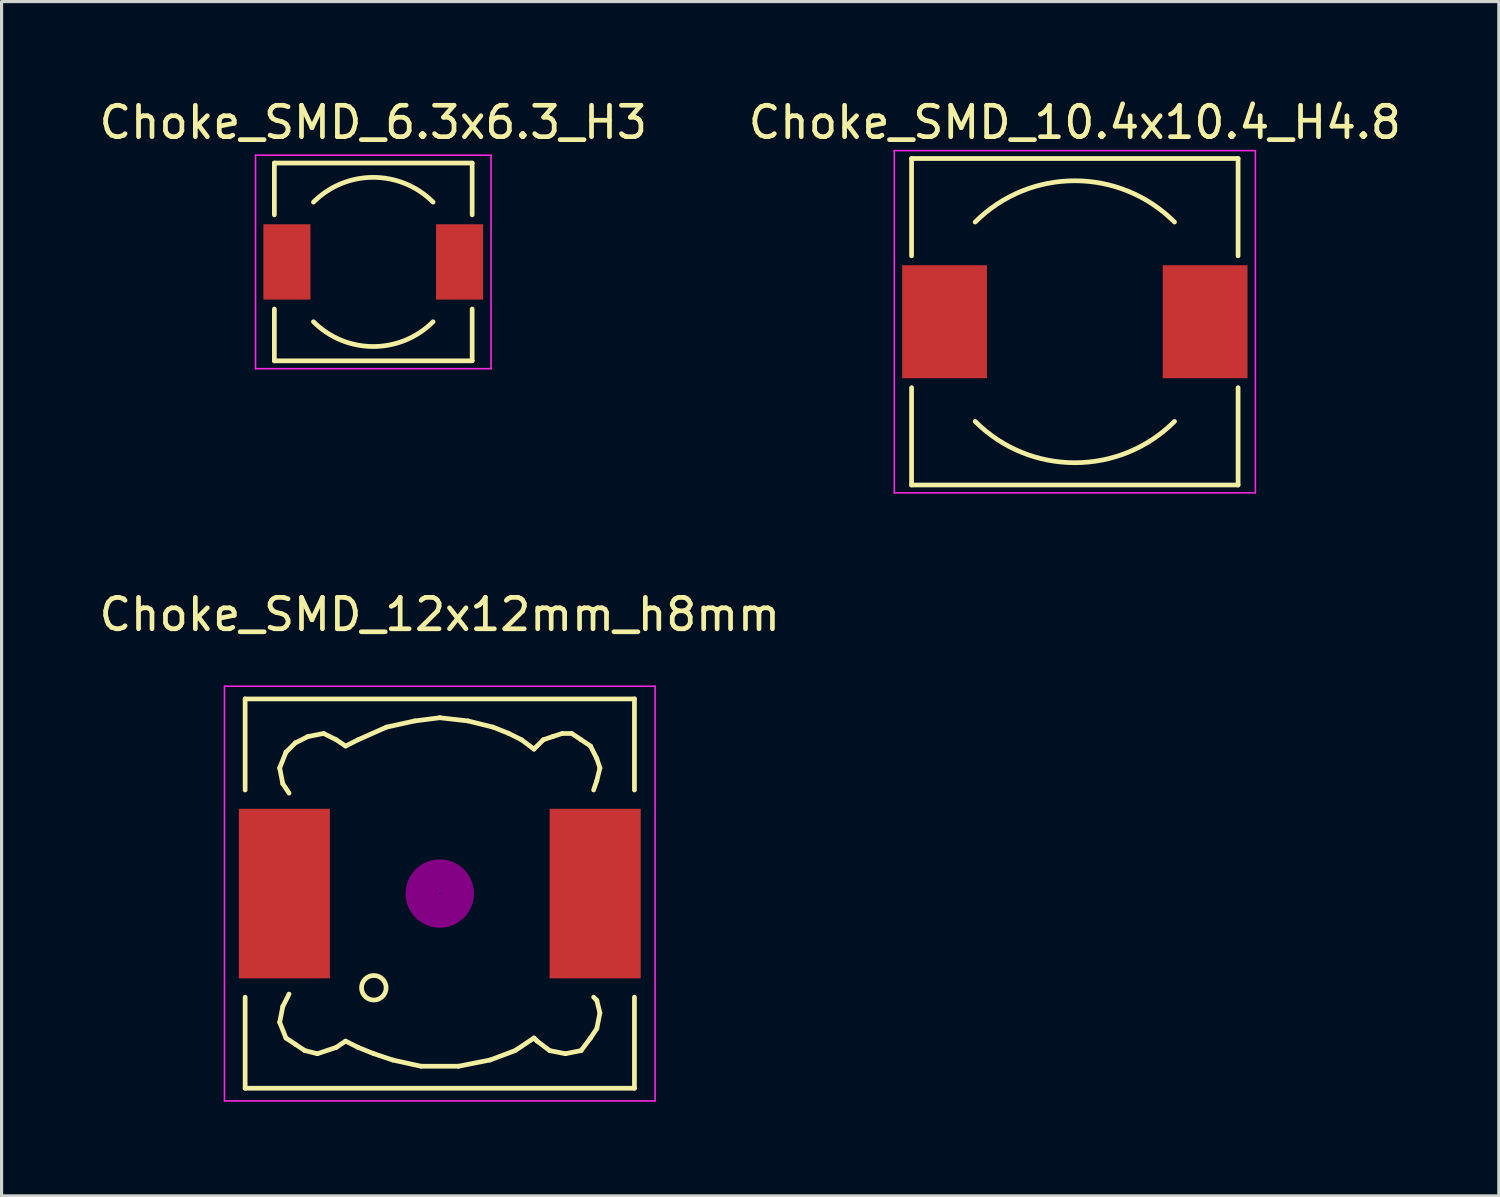
<source format=kicad_pcb>
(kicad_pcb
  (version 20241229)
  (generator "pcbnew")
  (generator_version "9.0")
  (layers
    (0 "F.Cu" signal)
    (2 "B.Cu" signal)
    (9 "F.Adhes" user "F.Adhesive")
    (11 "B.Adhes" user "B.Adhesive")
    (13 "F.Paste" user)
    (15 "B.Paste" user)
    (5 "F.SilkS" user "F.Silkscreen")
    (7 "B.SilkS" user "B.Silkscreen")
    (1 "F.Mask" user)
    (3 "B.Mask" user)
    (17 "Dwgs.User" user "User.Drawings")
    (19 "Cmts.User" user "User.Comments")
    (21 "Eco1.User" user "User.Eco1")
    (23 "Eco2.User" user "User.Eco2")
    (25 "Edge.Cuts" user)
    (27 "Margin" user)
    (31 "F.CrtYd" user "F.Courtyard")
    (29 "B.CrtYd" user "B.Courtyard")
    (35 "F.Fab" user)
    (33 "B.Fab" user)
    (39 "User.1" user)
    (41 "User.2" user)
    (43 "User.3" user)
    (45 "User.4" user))
  (footprint "Choke_SMD_6.3x6.3_H3"
    (layer "F.Cu")
    (at 8.839 5.293)
    (property "Reference" "Choke_SMD_6.3x6.3_H3" (at 0 -4.445 0) (layer "F.SilkS") (effects (font (size 1 1) (thickness 0.15))))
    (attr smd)
    (fp_line (start -3.15 -3.15) (end -3.15 -1.5) (stroke (width 0.15) (type solid)) (layer "F.SilkS"))
    (fp_line (start -3.15 -3.15) (end 3.15 -3.15) (stroke (width 0.15) (type solid)) (layer "F.SilkS"))
    (fp_line (start -3.15 3.15) (end -3.15 1.5) (stroke (width 0.15) (type solid)) (layer "F.SilkS"))
    (fp_line (start -3.15 3.15) (end 3.15 3.15) (stroke (width 0.15) (type solid)) (layer "F.SilkS"))
    (fp_line (start 3.15 -3.15) (end 3.15 -1.5) (stroke (width 0.15) (type solid)) (layer "F.SilkS"))
    (fp_line (start 3.15 3.15) (end 3.15 1.5) (stroke (width 0.15) (type solid)) (layer "F.SilkS"))
    (fp_arc (start -1.905 -1.905) (mid 0 -2.694077) (end 1.905 -1.905) (stroke (width 0.15) (type solid)) (layer "F.SilkS"))
    (fp_arc (start 1.905 1.905) (mid 0 2.694077) (end -1.905 1.905) (stroke (width 0.15) (type solid)) (layer "F.SilkS"))
    (fp_line (start -3.75 -3.4) (end -3.75 3.4) (stroke (width 0.05) (type solid)) (layer "F.CrtYd"))
    (fp_line (start -3.75 3.4) (end 3.75 3.4) (stroke (width 0.05) (type solid)) (layer "F.CrtYd"))
    (fp_line (start 3.75 -3.4) (end -3.75 -3.4) (stroke (width 0.05) (type solid)) (layer "F.CrtYd"))
    (fp_line (start 3.75 3.4) (end 3.75 -3.4) (stroke (width 0.05) (type solid)) (layer "F.CrtYd"))
    (pad "1" smd rect (at -2.75 0) (size 1.5 2.4) (layers "F.Cu" "F.Mask" "F.Paste"))
    (pad "2" smd rect (at 2.75 0) (size 1.5 2.4) (layers "F.Cu" "F.Mask" "F.Paste")))
  (footprint "Choke_SMD_10.4x10.4_H4.8"
    (layer "F.Cu")
    (at 31.185 7.198)
    (property "Reference" "Choke_SMD_10.4x10.4_H4.8" (at 0 -6.35 0) (layer "F.SilkS") (effects (font (size 1 1) (thickness 0.15))))
    (attr smd)
    (fp_line (start -5.2 -5.2) (end -5.2 -2.1) (stroke (width 0.15) (type solid)) (layer "F.SilkS"))
    (fp_line (start -5.2 -5.2) (end 5.2 -5.2) (stroke (width 0.15) (type solid)) (layer "F.SilkS"))
    (fp_line (start -5.2 5.2) (end -5.2 2.1) (stroke (width 0.15) (type solid)) (layer "F.SilkS"))
    (fp_line (start -5.2 5.2) (end 5.2 5.2) (stroke (width 0.15) (type solid)) (layer "F.SilkS"))
    (fp_line (start 5.2 -5.2) (end 5.2 -2.1) (stroke (width 0.15) (type solid)) (layer "F.SilkS"))
    (fp_line (start 5.2 5.2) (end 5.2 2.1) (stroke (width 0.15) (type solid)) (layer "F.SilkS"))
    (fp_arc (start -3.175 -3.175) (mid 0 -4.490128) (end 3.175 -3.175) (stroke (width 0.15) (type solid)) (layer "F.SilkS"))
    (fp_arc (start 3.175 3.175) (mid 0 4.490128) (end -3.175 3.175) (stroke (width 0.15) (type solid)) (layer "F.SilkS"))
    (fp_line (start -5.75 -5.45) (end -5.75 5.45) (stroke (width 0.05) (type solid)) (layer "F.CrtYd"))
    (fp_line (start -5.75 5.45) (end 5.75 5.45) (stroke (width 0.05) (type solid)) (layer "F.CrtYd"))
    (fp_line (start 5.75 -5.45) (end -5.75 -5.45) (stroke (width 0.05) (type solid)) (layer "F.CrtYd"))
    (fp_line (start 5.75 5.45) (end 5.75 -5.45) (stroke (width 0.05) (type solid)) (layer "F.CrtYd"))
    (pad "1" smd rect (at -4.15 0) (size 2.7 3.6) (layers "F.Cu" "F.Mask" "F.Paste"))
    (pad "2" smd rect (at 4.15 0) (size 2.7 3.6) (layers "F.Cu" "F.Mask" "F.Paste")))
  (footprint "Choke_SMD_12x12mm_h8mm"
    (layer "F.Cu")
    (at 10.958 25.412)
    (property "Reference" "Choke_SMD_12x12mm_h8mm" (at 0 -8.89 0) (layer "F.SilkS") (effects (font (size 1 1) (thickness 0.15))))
    (attr smd)
    (fp_line (start -6.2 -6.2) (end -6.2 -3.299) (stroke (width 0.15) (type solid)) (layer "F.SilkS"))
    (fp_line (start -6.2 3.299) (end -6.2 6.2) (stroke (width 0.15) (type solid)) (layer "F.SilkS"))
    (fp_line (start -6.2 6.2) (end 6.2 6.2) (stroke (width 0.15) (type solid)) (layer "F.SilkS"))
    (fp_line (start -5.1 -4) (end -5.001 -3.5) (stroke (width 0.15) (type solid)) (layer "F.SilkS"))
    (fp_line (start -5.1 4.1) (end -5.001 3.599) (stroke (width 0.15) (type solid)) (layer "F.SilkS"))
    (fp_line (start -5.001 -3.5) (end -4.801 -3.2) (stroke (width 0.15) (type solid)) (layer "F.SilkS"))
    (fp_line (start -5.001 3.599) (end -4.801 3.2) (stroke (width 0.15) (type solid)) (layer "F.SilkS"))
    (fp_line (start -4.9 -4.501) (end -5.1 -4) (stroke (width 0.15) (type solid)) (layer "F.SilkS"))
    (fp_line (start -4.9 4.6) (end -5.1 4.1) (stroke (width 0.15) (type solid)) (layer "F.SilkS"))
    (fp_line (start -4.6 -4.801) (end -4.9 -4.501) (stroke (width 0.15) (type solid)) (layer "F.SilkS"))
    (fp_line (start -4.6 4.801) (end -4.9 4.6) (stroke (width 0.15) (type solid)) (layer "F.SilkS"))
    (fp_line (start -4.3 5.001) (end -4.6 4.801) (stroke (width 0.15) (type solid)) (layer "F.SilkS"))
    (fp_line (start -4.201 -5.001) (end -4.6 -4.801) (stroke (width 0.15) (type solid)) (layer "F.SilkS"))
    (fp_line (start -3.899 5.1) (end -4.3 5.001) (stroke (width 0.15) (type solid)) (layer "F.SilkS"))
    (fp_line (start -3.701 -5.1) (end -4.201 -5.001) (stroke (width 0.15) (type solid)) (layer "F.SilkS"))
    (fp_line (start -3.299 -4.9) (end -3.701 -5.1) (stroke (width 0.15) (type solid)) (layer "F.SilkS"))
    (fp_line (start -3.299 4.9) (end -3.899 5.1) (stroke (width 0.15) (type solid)) (layer "F.SilkS"))
    (fp_line (start -3 -4.699) (end -3.299 -4.9) (stroke (width 0.15) (type solid)) (layer "F.SilkS"))
    (fp_line (start -3 4.699) (end -3.299 4.9) (stroke (width 0.15) (type solid)) (layer "F.SilkS"))
    (fp_line (start -2.601 -4.9) (end -3 -4.699) (stroke (width 0.15) (type solid)) (layer "F.SilkS"))
    (fp_line (start -2.601 4.9) (end -3 4.699) (stroke (width 0.15) (type solid)) (layer "F.SilkS"))
    (fp_line (start -2.101 5.1) (end -2.601 4.9) (stroke (width 0.15) (type solid)) (layer "F.SilkS"))
    (fp_line (start -1.699 -5.301) (end -2.601 -4.9) (stroke (width 0.15) (type solid)) (layer "F.SilkS"))
    (fp_line (start -1.501 5.301) (end -2.101 5.1) (stroke (width 0.15) (type solid)) (layer "F.SilkS"))
    (fp_line (start -0.8 -5.499) (end -1.699 -5.301) (stroke (width 0.15) (type solid)) (layer "F.SilkS"))
    (fp_line (start -0.599 5.499) (end -1.501 5.301) (stroke (width 0.15) (type solid)) (layer "F.SilkS"))
    (fp_line (start 0 -5.601) (end -0.8 -5.499) (stroke (width 0.15) (type solid)) (layer "F.SilkS"))
    (fp_line (start 0.599 5.499) (end -0.599 5.499) (stroke (width 0.15) (type solid)) (layer "F.SilkS"))
    (fp_line (start 0.899 -5.499) (end 0 -5.601) (stroke (width 0.15) (type solid)) (layer "F.SilkS"))
    (fp_line (start 1.6 5.301) (end 0.599 5.499) (stroke (width 0.15) (type solid)) (layer "F.SilkS"))
    (fp_line (start 1.699 -5.301) (end 0.899 -5.499) (stroke (width 0.15) (type solid)) (layer "F.SilkS"))
    (fp_line (start 2.2 -5.1) (end 1.699 -5.301) (stroke (width 0.15) (type solid)) (layer "F.SilkS"))
    (fp_line (start 2.4 5.001) (end 1.6 5.301) (stroke (width 0.15) (type solid)) (layer "F.SilkS"))
    (fp_line (start 2.601 -4.9) (end 2.2 -5.1) (stroke (width 0.15) (type solid)) (layer "F.SilkS"))
    (fp_line (start 3 -4.6) (end 2.601 -4.9) (stroke (width 0.15) (type solid)) (layer "F.SilkS"))
    (fp_line (start 3 4.6) (end 2.4 5.001) (stroke (width 0.15) (type solid)) (layer "F.SilkS"))
    (fp_line (start 3.099 4.699) (end 3 4.6) (stroke (width 0.15) (type solid)) (layer "F.SilkS"))
    (fp_line (start 3.299 -4.9) (end 3 -4.6) (stroke (width 0.15) (type solid)) (layer "F.SilkS"))
    (fp_line (start 3.5 5.001) (end 3.099 4.699) (stroke (width 0.15) (type solid)) (layer "F.SilkS"))
    (fp_line (start 3.599 -5.001) (end 3.299 -4.9) (stroke (width 0.15) (type solid)) (layer "F.SilkS"))
    (fp_line (start 3.899 -5.1) (end 3.599 -5.001) (stroke (width 0.15) (type solid)) (layer "F.SilkS"))
    (fp_line (start 4 5.1) (end 3.5 5.001) (stroke (width 0.15) (type solid)) (layer "F.SilkS"))
    (fp_line (start 4.201 -5.1) (end 3.899 -5.1) (stroke (width 0.15) (type solid)) (layer "F.SilkS"))
    (fp_line (start 4.501 -4.9) (end 4.201 -5.1) (stroke (width 0.15) (type solid)) (layer "F.SilkS"))
    (fp_line (start 4.501 5.001) (end 4 5.1) (stroke (width 0.15) (type solid)) (layer "F.SilkS"))
    (fp_line (start 4.801 -4.699) (end 4.501 -4.9) (stroke (width 0.15) (type solid)) (layer "F.SilkS"))
    (fp_line (start 4.801 4.6) (end 4.501 5.001) (stroke (width 0.15) (type solid)) (layer "F.SilkS"))
    (fp_line (start 4.9 -3.299) (end 5.001 -3.599) (stroke (width 0.15) (type solid)) (layer "F.SilkS"))
    (fp_line (start 4.9 3.299) (end 5.001 3.401) (stroke (width 0.15) (type solid)) (layer "F.SilkS"))
    (fp_line (start 5.001 -4.3) (end 4.801 -4.699) (stroke (width 0.15) (type solid)) (layer "F.SilkS"))
    (fp_line (start 5.001 -3.599) (end 5.1 -4) (stroke (width 0.15) (type solid)) (layer "F.SilkS"))
    (fp_line (start 5.001 3.401) (end 5.1 3.8) (stroke (width 0.15) (type solid)) (layer "F.SilkS"))
    (fp_line (start 5.001 4.3) (end 4.801 4.6) (stroke (width 0.15) (type solid)) (layer "F.SilkS"))
    (fp_line (start 5.1 -4) (end 5.001 -4.3) (stroke (width 0.15) (type solid)) (layer "F.SilkS"))
    (fp_line (start 5.1 3.8) (end 5.001 4.3) (stroke (width 0.15) (type solid)) (layer "F.SilkS"))
    (fp_line (start 6.2 -6.2) (end -6.2 -6.2) (stroke (width 0.15) (type solid)) (layer "F.SilkS"))
    (fp_line (start 6.2 -6.2) (end 6.2 -3.299) (stroke (width 0.15) (type solid)) (layer "F.SilkS"))
    (fp_line (start 6.2 6.2) (end 6.2 3.299) (stroke (width 0.15) (type solid)) (layer "F.SilkS"))
    (fp_circle (center -2.101 3) (end -1.801 3.251) (stroke (width 0.15) (type solid)) (fill no) (layer "F.SilkS"))
    (fp_circle (center 0 0) (end 0.15 0.15) (stroke (width 0.381) (type solid)) (fill no) (layer "F.Adhes"))
    (fp_circle (center 0 0) (end 0.551 0) (stroke (width 0.381) (type solid)) (fill no) (layer "F.Adhes"))
    (fp_circle (center 0 0) (end 0.899 0) (stroke (width 0.381) (type solid)) (fill no) (layer "F.Adhes"))
    (fp_line (start -6.858 -6.604) (end 6.858 -6.604) (stroke (width 0.05) (type solid)) (layer "F.CrtYd"))
    (fp_line (start -6.858 6.604) (end -6.858 -6.604) (stroke (width 0.05) (type solid)) (layer "F.CrtYd"))
    (fp_line (start 6.858 -6.604) (end 6.858 6.604) (stroke (width 0.05) (type solid)) (layer "F.CrtYd"))
    (fp_line (start 6.858 6.604) (end -6.858 6.604) (stroke (width 0.05) (type solid)) (layer "F.CrtYd"))
    (pad "1" smd rect (at -4.95 0) (size 2.901 5.4) (layers "F.Cu" "F.Mask" "F.Paste"))
    (pad "2" smd rect (at 4.95 0) (size 2.901 5.4) (layers "F.Cu" "F.Mask" "F.Paste")))
  (gr_rect
    (start -3 -3)
    (end 44.69 35.041)
    (stroke (width 0.1) (type default))
    (fill no)
    (layer "Edge.Cuts")))
</source>
